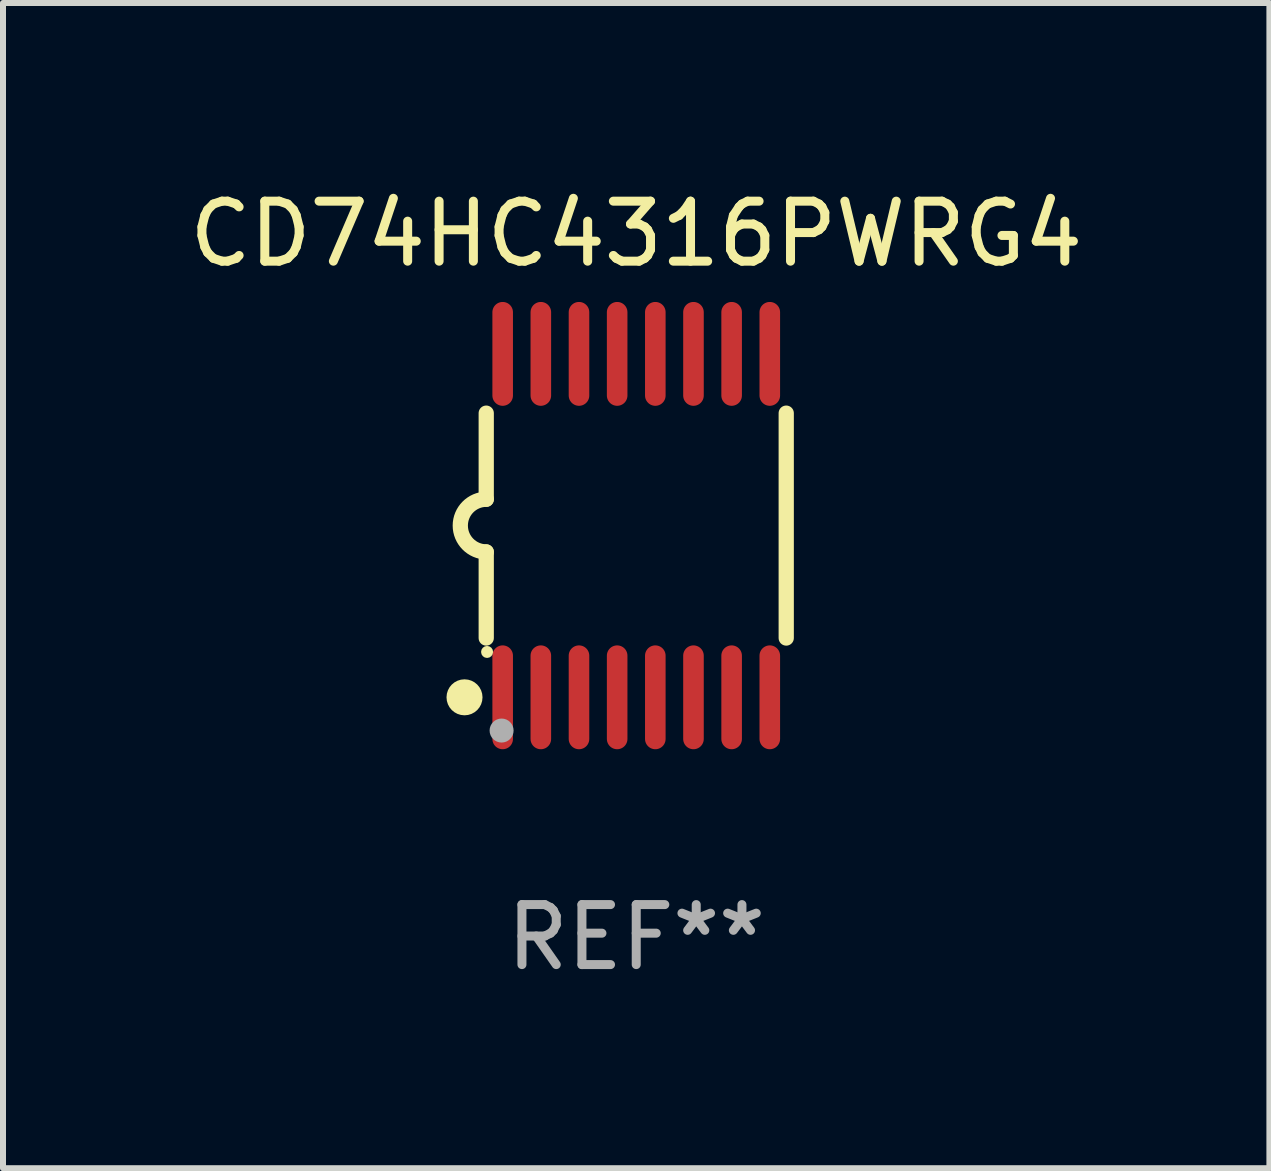
<source format=kicad_pcb>
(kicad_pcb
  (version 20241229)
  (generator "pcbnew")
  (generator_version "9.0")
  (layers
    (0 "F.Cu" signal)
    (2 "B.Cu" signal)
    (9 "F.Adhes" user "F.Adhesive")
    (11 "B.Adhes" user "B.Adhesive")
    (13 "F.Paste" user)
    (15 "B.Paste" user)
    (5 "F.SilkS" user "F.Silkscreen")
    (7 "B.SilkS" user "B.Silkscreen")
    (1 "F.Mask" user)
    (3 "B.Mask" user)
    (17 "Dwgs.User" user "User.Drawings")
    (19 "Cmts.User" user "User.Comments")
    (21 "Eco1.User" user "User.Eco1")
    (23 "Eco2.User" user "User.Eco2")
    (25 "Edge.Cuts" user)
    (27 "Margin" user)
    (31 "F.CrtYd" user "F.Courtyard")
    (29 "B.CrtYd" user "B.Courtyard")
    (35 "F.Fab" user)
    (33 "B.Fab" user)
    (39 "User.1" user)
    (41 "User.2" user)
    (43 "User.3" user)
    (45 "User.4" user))
  (footprint "CD74HC4316PWRG4"
    (layer "F.Cu")
    (at 7.554 5.71)
    (property "Reference" "CD74HC4316PWRG4" (at 0 -4.862 0) (layer "F.SilkS") (effects (font (size 1 1) (thickness 0.15))))
    (attr through_hole)
    (fp_line (start -2.5 -1.874) (end -2.5 -0.439) (stroke (width 0.254) (type solid)) (layer "F.SilkS"))
    (fp_line (start -2.5 1.874) (end -2.5 0.439) (stroke (width 0.254) (type solid)) (layer "F.SilkS"))
    (fp_line (start 2.5 -1.874) (end 2.5 1.874) (stroke (width 0.254) (type solid)) (layer "F.SilkS"))
    (fp_arc (start -2.5 0.438989) (mid -2.938633 -0.000597) (end -2.499365 -0.439547) (stroke (width 0.254001) (type solid)) (layer "F.SilkS"))
    (fp_circle (center -2.862 2.862) (end -2.712 2.862) (stroke (width 0.3) (type solid)) (fill no) (layer "F.SilkS"))
    (fp_circle (center -2.486 2.106) (end -2.436 2.106) (stroke (width 0.1) (type solid)) (fill no) (layer "F.SilkS"))
    (fp_circle (center -2.244 3.416) (end -2.144 3.416) (stroke (width 0.2) (type solid)) (fill no) (layer "F.Fab"))
    (fp_text user "REF**" (at 0 6.862 0) (layer "F.Fab") (effects (font (size 1 1) (thickness 0.15))))
    (pad "1" smd oval (at -2.226 2.862) (size 0.343 1.731) (layers "F.Cu" "F.Mask" "F.Paste"))
    (pad "2" smd oval (at -1.59 2.862) (size 0.343 1.731) (layers "F.Cu" "F.Mask" "F.Paste"))
    (pad "3" smd oval (at -0.954 2.862) (size 0.343 1.731) (layers "F.Cu" "F.Mask" "F.Paste"))
    (pad "4" smd oval (at -0.318 2.862) (size 0.343 1.731) (layers "F.Cu" "F.Mask" "F.Paste"))
    (pad "5" smd oval (at 0.318 2.862) (size 0.343 1.731) (layers "F.Cu" "F.Mask" "F.Paste"))
    (pad "6" smd oval (at 0.954 2.862) (size 0.343 1.731) (layers "F.Cu" "F.Mask" "F.Paste"))
    (pad "7" smd oval (at 1.59 2.862) (size 0.343 1.731) (layers "F.Cu" "F.Mask" "F.Paste"))
    (pad "8" smd oval (at 2.226 2.862) (size 0.343 1.731) (layers "F.Cu" "F.Mask" "F.Paste"))
    (pad "9" smd oval (at 2.226 -2.862) (size 0.343 1.731) (layers "F.Cu" "F.Mask" "F.Paste"))
    (pad "10" smd oval (at 1.59 -2.862) (size 0.343 1.731) (layers "F.Cu" "F.Mask" "F.Paste"))
    (pad "11" smd oval (at 0.954 -2.862) (size 0.343 1.731) (layers "F.Cu" "F.Mask" "F.Paste"))
    (pad "12" smd oval (at 0.318 -2.862) (size 0.343 1.731) (layers "F.Cu" "F.Mask" "F.Paste"))
    (pad "13" smd oval (at -0.318 -2.862) (size 0.343 1.731) (layers "F.Cu" "F.Mask" "F.Paste"))
    (pad "14" smd oval (at -0.954 -2.862) (size 0.343 1.731) (layers "F.Cu" "F.Mask" "F.Paste"))
    (pad "15" smd oval (at -1.59 -2.862) (size 0.343 1.731) (layers "F.Cu" "F.Mask" "F.Paste"))
    (pad "16" smd oval (at -2.226 -2.862) (size 0.343 1.731) (layers "F.Cu" "F.Mask" "F.Paste")))
  (gr_rect
    (start -3 -3)
    (end 18.107 16.42)
    (stroke (width 0.1) (type default))
    (fill no)
    (layer "Edge.Cuts")))
</source>
